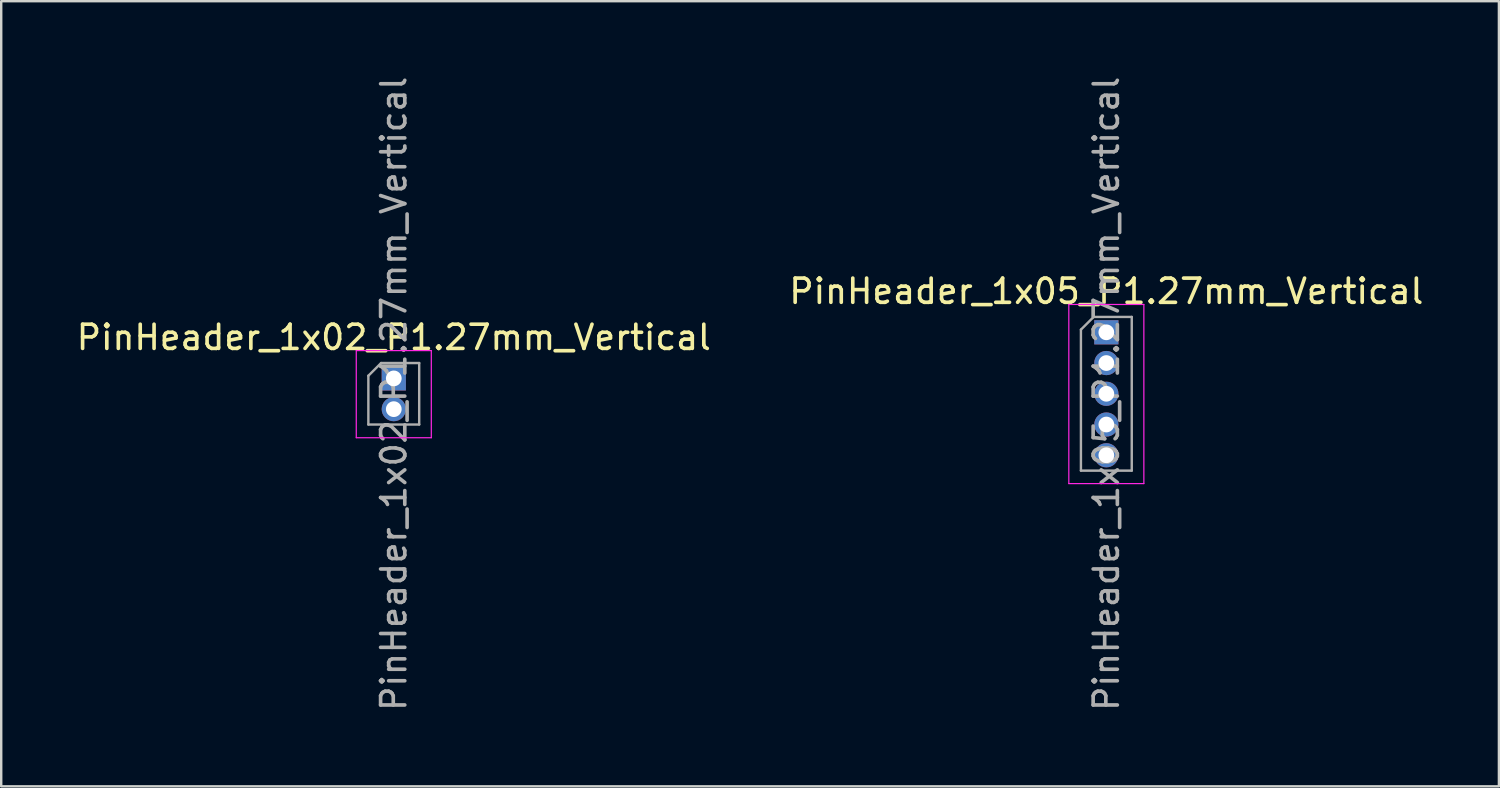
<source format=kicad_pcb>
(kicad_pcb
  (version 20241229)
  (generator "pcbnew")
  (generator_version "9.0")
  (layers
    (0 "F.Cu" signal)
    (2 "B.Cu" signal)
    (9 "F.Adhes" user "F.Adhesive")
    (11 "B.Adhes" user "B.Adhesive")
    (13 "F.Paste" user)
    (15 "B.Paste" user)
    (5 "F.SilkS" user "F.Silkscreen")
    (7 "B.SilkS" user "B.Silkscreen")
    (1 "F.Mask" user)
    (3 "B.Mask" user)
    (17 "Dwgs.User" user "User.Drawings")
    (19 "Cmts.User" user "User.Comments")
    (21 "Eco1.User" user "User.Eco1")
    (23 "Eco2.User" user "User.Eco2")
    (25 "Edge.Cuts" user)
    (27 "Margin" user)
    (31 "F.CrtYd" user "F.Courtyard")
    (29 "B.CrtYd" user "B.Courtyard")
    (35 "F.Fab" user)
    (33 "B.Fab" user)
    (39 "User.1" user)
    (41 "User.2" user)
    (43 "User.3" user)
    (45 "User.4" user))
  (footprint "PinHeader_1x02_P1.27mm_Vertical"
    (layer "F.Cu")
    (at 13.22 12.585)
    (property "Reference" "PinHeader_1x02_P1.27mm_Vertical" (at 0 -1.695 0) (layer "F.SilkS") (effects (font (size 1 1) (thickness 0.15))))
    (attr through_hole)
    (fp_line (start -1.55 -1.15) (end -1.55 2.45) (stroke (width 0.05) (type solid)) (layer "F.CrtYd"))
    (fp_line (start -1.55 2.45) (end 1.55 2.45) (stroke (width 0.05) (type solid)) (layer "F.CrtYd"))
    (fp_line (start 1.55 -1.15) (end -1.55 -1.15) (stroke (width 0.05) (type solid)) (layer "F.CrtYd"))
    (fp_line (start 1.55 2.45) (end 1.55 -1.15) (stroke (width 0.05) (type solid)) (layer "F.CrtYd"))
    (fp_line (start -1.05 -0.11) (end -0.525 -0.635) (stroke (width 0.1) (type solid)) (layer "F.Fab"))
    (fp_line (start -1.05 1.905) (end -1.05 -0.11) (stroke (width 0.1) (type solid)) (layer "F.Fab"))
    (fp_line (start -0.525 -0.635) (end 1.05 -0.635) (stroke (width 0.1) (type solid)) (layer "F.Fab"))
    (fp_line (start 1.05 -0.635) (end 1.05 1.905) (stroke (width 0.1) (type solid)) (layer "F.Fab"))
    (fp_line (start 1.05 1.905) (end -1.05 1.905) (stroke (width 0.1) (type solid)) (layer "F.Fab"))
    (fp_text user "${REFERENCE}" (at 0 0.635 90) (layer "F.Fab") (effects (font (size 1 1) (thickness 0.15))))
    (pad "1" thru_hole rect (at 0 0) (size 1 1) (drill 0.65) (layers "*.Cu" "*.Mask"))
    (pad "2" thru_hole oval (at 0 1.27) (size 1 1) (drill 0.65) (layers "*.Cu" "*.Mask")))
  (footprint "PinHeader_1x05_P1.27mm_Vertical"
    (layer "F.Cu")
    (at 42.661 10.68)
    (property "Reference" "PinHeader_1x05_P1.27mm_Vertical" (at 0 -1.695 0) (layer "F.SilkS") (effects (font (size 1 1) (thickness 0.15))))
    (attr through_hole)
    (fp_line (start -1.55 -1.15) (end -1.55 6.25) (stroke (width 0.05) (type solid)) (layer "F.CrtYd"))
    (fp_line (start -1.55 6.25) (end 1.55 6.25) (stroke (width 0.05) (type solid)) (layer "F.CrtYd"))
    (fp_line (start 1.55 -1.15) (end -1.55 -1.15) (stroke (width 0.05) (type solid)) (layer "F.CrtYd"))
    (fp_line (start 1.55 6.25) (end 1.55 -1.15) (stroke (width 0.05) (type solid)) (layer "F.CrtYd"))
    (fp_line (start -1.05 -0.11) (end -0.525 -0.635) (stroke (width 0.1) (type solid)) (layer "F.Fab"))
    (fp_line (start -1.05 5.715) (end -1.05 -0.11) (stroke (width 0.1) (type solid)) (layer "F.Fab"))
    (fp_line (start -0.525 -0.635) (end 1.05 -0.635) (stroke (width 0.1) (type solid)) (layer "F.Fab"))
    (fp_line (start 1.05 -0.635) (end 1.05 5.715) (stroke (width 0.1) (type solid)) (layer "F.Fab"))
    (fp_line (start 1.05 5.715) (end -1.05 5.715) (stroke (width 0.1) (type solid)) (layer "F.Fab"))
    (fp_text user "${REFERENCE}" (at 0 2.54 90) (layer "F.Fab") (effects (font (size 1 1) (thickness 0.15))))
    (pad "1" thru_hole rect (at 0 0) (size 1 1) (drill 0.65) (layers "*.Cu" "*.Mask"))
    (pad "2" thru_hole oval (at 0 1.27) (size 1 1) (drill 0.65) (layers "*.Cu" "*.Mask"))
    (pad "3" thru_hole oval (at 0 2.54) (size 1 1) (drill 0.65) (layers "*.Cu" "*.Mask"))
    (pad "4" thru_hole oval (at 0 3.81) (size 1 1) (drill 0.65) (layers "*.Cu" "*.Mask"))
    (pad "5" thru_hole oval (at 0 5.08) (size 1 1) (drill 0.65) (layers "*.Cu" "*.Mask")))
  (gr_rect
    (start -3 -3)
    (end 58.881 29.44)
    (stroke (width 0.1) (type default))
    (fill no)
    (layer "Edge.Cuts")))
</source>
